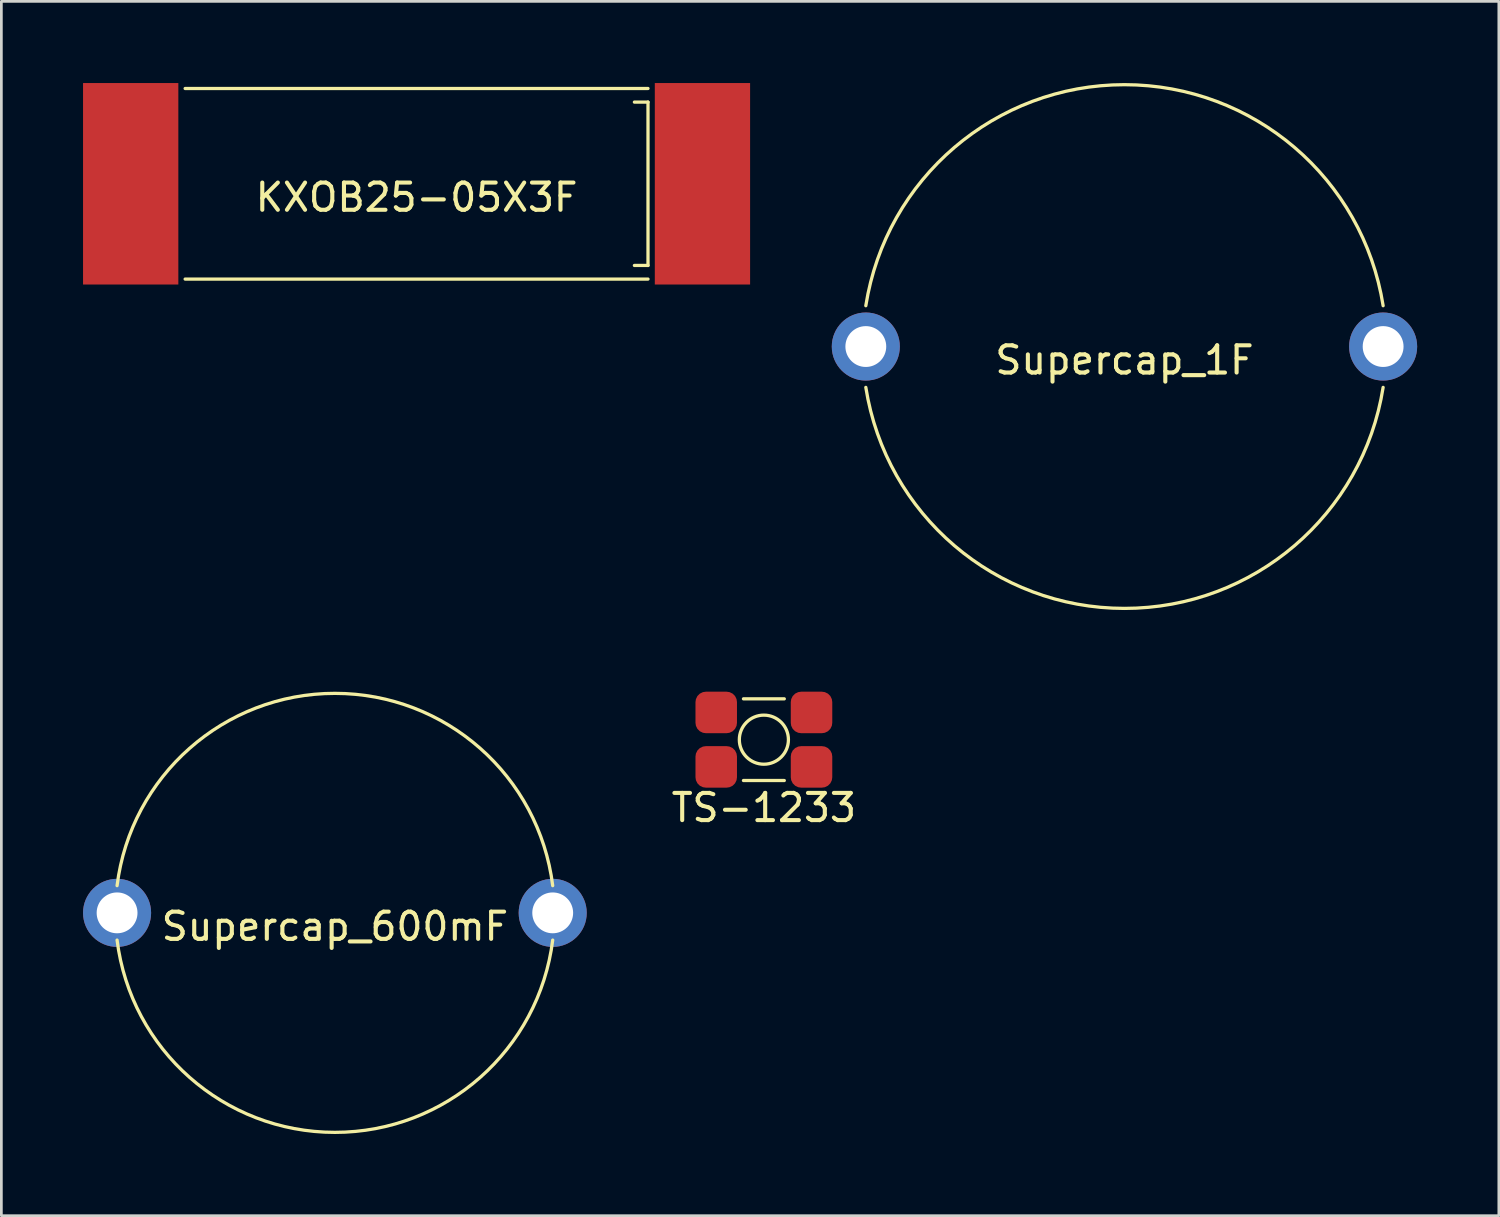
<source format=kicad_pcb>
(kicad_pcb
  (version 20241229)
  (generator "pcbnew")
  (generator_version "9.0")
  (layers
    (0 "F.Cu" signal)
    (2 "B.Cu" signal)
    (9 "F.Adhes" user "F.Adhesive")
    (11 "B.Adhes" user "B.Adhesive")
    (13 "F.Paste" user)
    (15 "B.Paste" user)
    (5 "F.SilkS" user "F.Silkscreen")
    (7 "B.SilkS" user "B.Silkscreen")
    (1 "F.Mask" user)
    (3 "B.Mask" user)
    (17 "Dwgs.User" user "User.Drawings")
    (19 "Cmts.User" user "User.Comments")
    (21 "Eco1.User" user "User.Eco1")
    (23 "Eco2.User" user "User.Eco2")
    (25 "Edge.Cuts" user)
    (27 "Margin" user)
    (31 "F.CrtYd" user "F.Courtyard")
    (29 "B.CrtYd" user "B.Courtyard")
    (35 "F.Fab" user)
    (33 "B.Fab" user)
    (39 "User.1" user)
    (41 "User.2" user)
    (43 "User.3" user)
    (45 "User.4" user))
  (footprint "TS-1233"
    (layer "F.Cu")
    (at 25.006 24.117)
    (property "Reference" "TS-1233" (at 0 2.5 0) (layer "F.SilkS") (effects (font (size 1 1) (thickness 0.15))))
    (attr through_hole)
    (fp_line (start -0.75 -1.5) (end 0.75 -1.5) (stroke (width 0.12) (type solid)) (layer "F.SilkS"))
    (fp_line (start -0.75 1.5) (end 0.75 1.5) (stroke (width 0.12) (type solid)) (layer "F.SilkS"))
    (fp_circle (center 0 0) (end 0.75 -0.5) (stroke (width 0.12) (type solid)) (fill no) (layer "F.SilkS"))
    (pad "1" smd roundrect (at -1.75 -1) (size 1.524 1.524) (layers "F.Cu" "F.Mask" "F.Paste") (roundrect_rratio 0.25))
    (pad "1" smd roundrect (at 1.75 -1) (size 1.524 1.524) (layers "F.Cu" "F.Mask" "F.Paste") (roundrect_rratio 0.25))
    (pad "2" smd roundrect (at -1.75 1) (size 1.524 1.524) (layers "F.Cu" "F.Mask" "F.Paste") (roundrect_rratio 0.25))
    (pad "2" smd roundrect (at 1.75 1) (size 1.524 1.524) (layers "F.Cu" "F.Mask" "F.Paste") (roundrect_rratio 0.25)))
  (footprint "Supercap_600mF"
    (layer "F.Cu")
    (at 9.25 30.478)
    (property "Reference" "Supercap_600mF" (at 0 0.5 0) (layer "F.SilkS") (effects (font (size 1 1) (thickness 0.15))))
    (attr through_hole)
    (fp_arc (start -7.999999 -1.000001) (mid 0.000001 -8.062257) (end 7.999999 -0.999999) (stroke (width 0.12) (type solid)) (layer "F.SilkS"))
    (fp_arc (start 7.999999 1.000001) (mid -0.000001 8.062257) (end -7.999999 0.999999) (stroke (width 0.12) (type solid)) (layer "F.SilkS"))
    (pad "1" thru_hole circle (at -8 0) (size 2.5 2.5) (drill 1.5) (layers "*.Cu" "*.Mask"))
    (pad "2" thru_hole circle (at 8 0) (size 2.5 2.5) (drill 1.5) (layers "*.Cu" "*.Mask")))
  (footprint "Supercap_1F"
    (layer "F.Cu")
    (at 38.25 9.678)
    (property "Reference" "Supercap_1F" (at 0 0.5 0) (layer "F.SilkS") (effects (font (size 1 1) (thickness 0.15))))
    (attr through_hole)
    (fp_arc (start -9.5 -1.5) (mid 0 -9.617692) (end 9.5 -1.5) (stroke (width 0.12) (type solid)) (layer "F.SilkS"))
    (fp_arc (start 9.5 1.5) (mid 0 9.617692) (end -9.5 1.5) (stroke (width 0.12) (type solid)) (layer "F.SilkS"))
    (pad "1" thru_hole circle (at -9.5 0) (size 2.5 2.5) (drill 1.5) (layers "*.Cu" "F.Mask"))
    (pad "2" thru_hole circle (at 9.5 0) (size 2.5 2.5) (drill 1.5) (layers "*.Cu" "F.Mask")))
  (footprint "KXOB25-05X3F"
    (layer "F.Cu")
    (at 12.25 3.7)
    (property "Reference" "KXOB25-05X3F" (at 0 0.5 0) (layer "F.SilkS") (effects (font (size 1 1) (thickness 0.15))))
    (attr through_hole)
    (fp_line (start -8.5 -3.5) (end 8.5 -3.5) (stroke (width 0.12) (type solid)) (layer "F.SilkS"))
    (fp_line (start -8.5 3.5) (end 8.5 3.5) (stroke (width 0.12) (type solid)) (layer "F.SilkS"))
    (fp_line (start 8.5 -3) (end 8 -3) (stroke (width 0.12) (type solid)) (layer "F.SilkS"))
    (fp_line (start 8.5 -3) (end 8.5 3) (stroke (width 0.12) (type solid)) (layer "F.SilkS"))
    (fp_line (start 8.5 3) (end 8 3) (stroke (width 0.12) (type solid)) (layer "F.SilkS"))
    (pad "1" smd rect (at -10.5 0) (size 3.5 7.4) (layers "F.Cu" "F.Mask" "F.Paste"))
    (pad "2" smd rect (at 10.5 0) (size 3.5 7.4) (layers "F.Cu" "F.Mask" "F.Paste")))
  (gr_rect
    (start -3 -3)
    (end 52 41.6)
    (stroke (width 0.1) (type default))
    (fill no)
    (layer "Edge.Cuts")))
</source>
